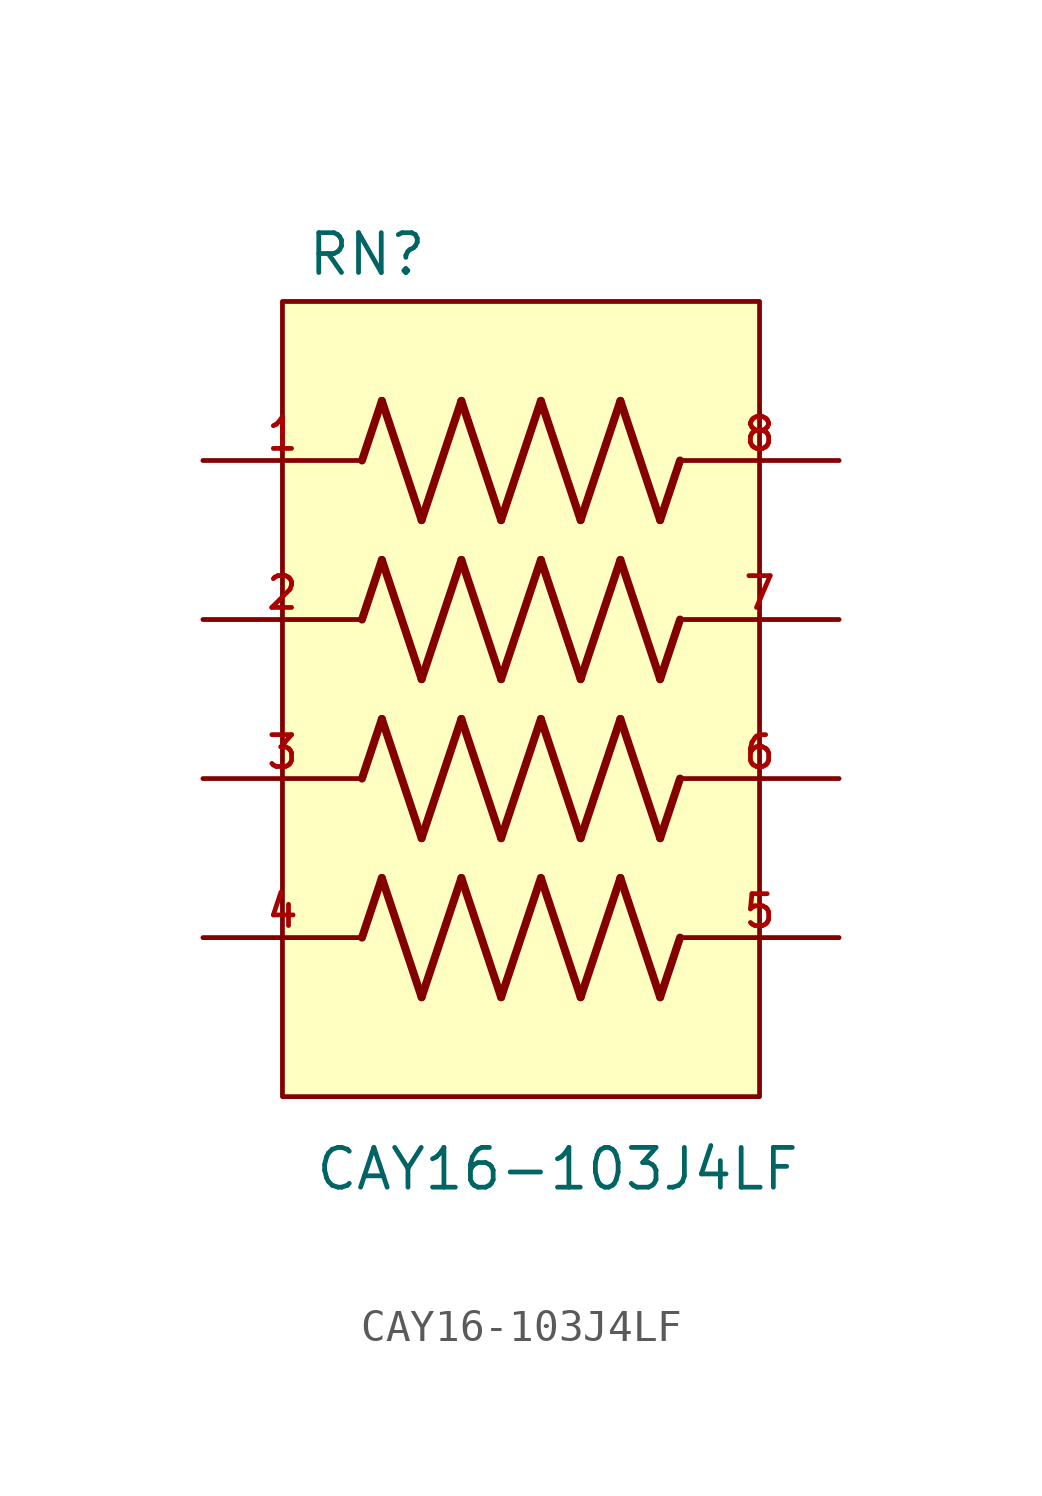
<source format=kicad_sym>
(kicad_symbol_lib
  (version 20211014)
  (generator kicad_symbol_editor)
  (symbol "CAY16-103J4LF"
    (pin_names
      (offset 1.016))
    (property "Reference" "RN"
      (at -6.862 13.463 0)
      (effects (font (size 1.27 1.27)) (justify bottom left)))
    (property "Value" "CAY16-103J4LF"
      (at -6.614 -15.755 0)
      (effects (font (size 1.27 1.27)) (justify bottom left)))
    (symbol "CAY16-103J4LF_0_0"
      (polyline (pts (xy -5.08 2.54) (xy -4.445 4.445)) (stroke (width 0.254)))
      (polyline (pts (xy -4.445 4.445) (xy -3.175 0.635)) (stroke (width 0.254)))
      (polyline (pts (xy -3.175 0.635) (xy -1.905 4.445)) (stroke (width 0.254)))
      (polyline (pts (xy -1.905 4.445) (xy -0.635 0.635)) (stroke (width 0.254)))
      (polyline (pts (xy -0.635 0.635) (xy 0.635 4.445)) (stroke (width 0.254)))
      (polyline (pts (xy 0.635 4.445) (xy 1.905 0.635)) (stroke (width 0.254)))
      (polyline (pts (xy 1.905 0.635) (xy 3.175 4.445)) (stroke (width 0.254)))
      (polyline (pts (xy 3.175 4.445) (xy 4.445 0.635)) (stroke (width 0.254)))
      (polyline (pts (xy 4.445 0.635) (xy 5.08 2.54)) (stroke (width 0.254)))
      (polyline (pts (xy -5.08 7.62) (xy -4.445 9.525)) (stroke (width 0.254)))
      (polyline (pts (xy -4.445 9.525) (xy -3.175 5.715)) (stroke (width 0.254)))
      (polyline (pts (xy -3.175 5.715) (xy -1.905 9.525)) (stroke (width 0.254)))
      (polyline (pts (xy -1.905 9.525) (xy -0.635 5.715)) (stroke (width 0.254)))
      (polyline (pts (xy -0.635 5.715) (xy 0.635 9.525)) (stroke (width 0.254)))
      (polyline (pts (xy 0.635 9.525) (xy 1.905 5.715)) (stroke (width 0.254)))
      (polyline (pts (xy 1.905 5.715) (xy 3.175 9.525)) (stroke (width 0.254)))
      (polyline (pts (xy 3.175 9.525) (xy 4.445 5.715)) (stroke (width 0.254)))
      (polyline (pts (xy 4.445 5.715) (xy 5.08 7.62)) (stroke (width 0.254)))
      (polyline (pts (xy -5.08 -2.54) (xy -4.445 -0.635)) (stroke (width 0.254)))
      (polyline (pts (xy -4.445 -0.635) (xy -3.175 -4.445)) (stroke (width 0.254)))
      (polyline (pts (xy -3.175 -4.445) (xy -1.905 -0.635)) (stroke (width 0.254)))
      (polyline (pts (xy -1.905 -0.635) (xy -0.635 -4.445)) (stroke (width 0.254)))
      (polyline (pts (xy -0.635 -4.445) (xy 0.635 -0.635)) (stroke (width 0.254)))
      (polyline (pts (xy 0.635 -0.635) (xy 1.905 -4.445)) (stroke (width 0.254)))
      (polyline (pts (xy 1.905 -4.445) (xy 3.175 -0.635)) (stroke (width 0.254)))
      (polyline (pts (xy 3.175 -0.635) (xy 4.445 -4.445)) (stroke (width 0.254)))
      (polyline (pts (xy 4.445 -4.445) (xy 5.08 -2.54)) (stroke (width 0.254)))
      (polyline (pts (xy -5.08 -7.62) (xy -4.445 -5.715)) (stroke (width 0.254)))
      (polyline (pts (xy -4.445 -5.715) (xy -3.175 -9.525)) (stroke (width 0.254)))
      (polyline (pts (xy -3.175 -9.525) (xy -1.905 -5.715)) (stroke (width 0.254)))
      (polyline (pts (xy -1.905 -5.715) (xy -0.635 -9.525)) (stroke (width 0.254)))
      (polyline (pts (xy -0.635 -9.525) (xy 0.635 -5.715)) (stroke (width 0.254)))
      (polyline (pts (xy 0.635 -5.715) (xy 1.905 -9.525)) (stroke (width 0.254)))
      (polyline (pts (xy 1.905 -9.525) (xy 3.175 -5.715)) (stroke (width 0.254)))
      (polyline (pts (xy 3.175 -5.715) (xy 4.445 -9.525)) (stroke (width 0.254)))
      (polyline (pts (xy 4.445 -9.525) (xy 5.08 -7.62)) (stroke (width 0.254)))
      (rectangle (start -7.62 -12.7) (end 7.62 12.7) (stroke (width 0.152)) (fill (type background)))
      (pin passive line (at -10.16 7.62 0) (length 5.08) (name "~" (effects (font (size 1.016 1.016)))) (number "1" (effects (font (size 1.016 1.016)))))
      (pin passive line (at -10.16 2.54 0) (length 5.08) (name "~" (effects (font (size 1.016 1.016)))) (number "2" (effects (font (size 1.016 1.016)))))
      (pin passive line (at -10.16 -2.54 0) (length 5.08) (name "~" (effects (font (size 1.016 1.016)))) (number "3" (effects (font (size 1.016 1.016)))))
      (pin passive line (at -10.16 -7.62 0) (length 5.08) (name "~" (effects (font (size 1.016 1.016)))) (number "4" (effects (font (size 1.016 1.016)))))
      (pin passive line (at 10.16 -7.62 180.0) (length 5.08) (name "~" (effects (font (size 1.016 1.016)))) (number "5" (effects (font (size 1.016 1.016)))))
      (pin passive line (at 10.16 -2.54 180.0) (length 5.08) (name "~" (effects (font (size 1.016 1.016)))) (number "6" (effects (font (size 1.016 1.016)))))
      (pin passive line (at 10.16 2.54 180.0) (length 5.08) (name "~" (effects (font (size 1.016 1.016)))) (number "7" (effects (font (size 1.016 1.016)))))
      (pin passive line (at 10.16 7.62 180.0) (length 5.08) (name "~" (effects (font (size 1.016 1.016)))) (number "8" (effects (font (size 1.016 1.016))))))))
</source>
